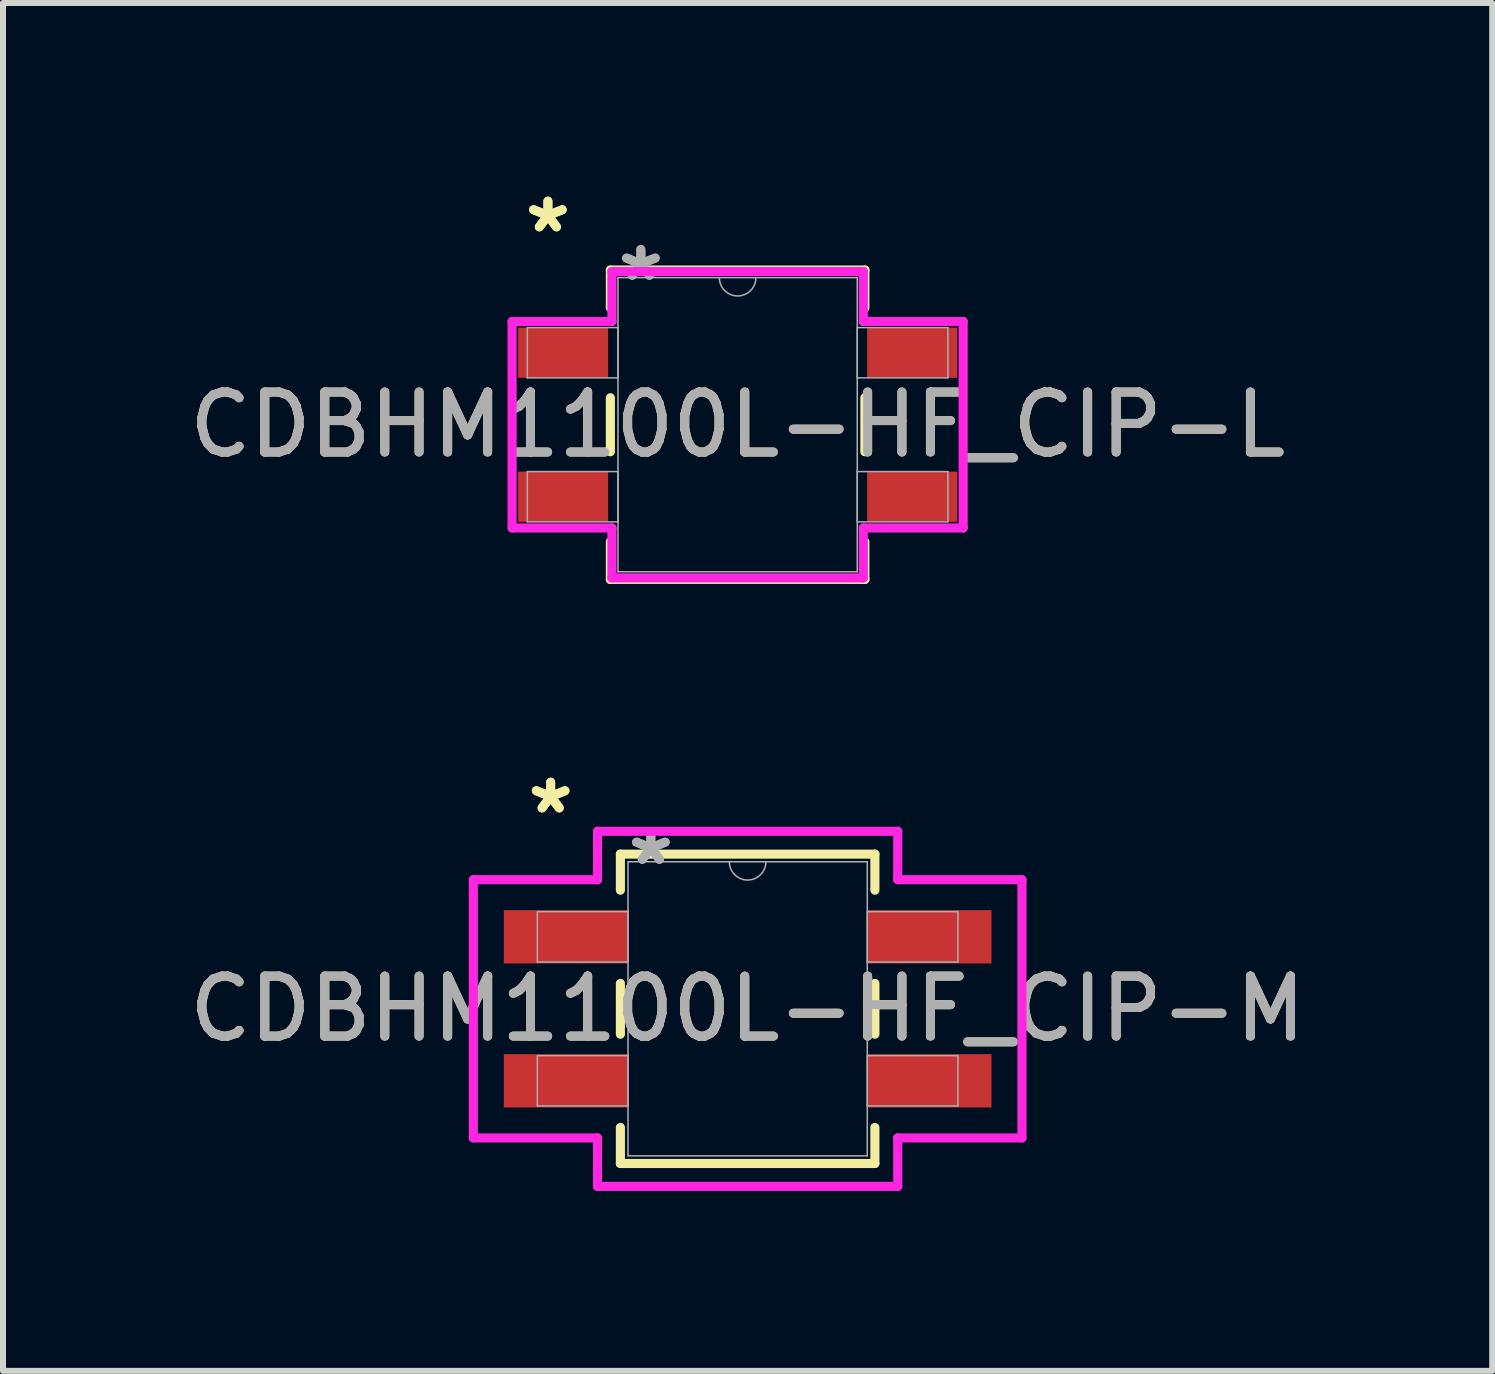
<source format=kicad_pcb>
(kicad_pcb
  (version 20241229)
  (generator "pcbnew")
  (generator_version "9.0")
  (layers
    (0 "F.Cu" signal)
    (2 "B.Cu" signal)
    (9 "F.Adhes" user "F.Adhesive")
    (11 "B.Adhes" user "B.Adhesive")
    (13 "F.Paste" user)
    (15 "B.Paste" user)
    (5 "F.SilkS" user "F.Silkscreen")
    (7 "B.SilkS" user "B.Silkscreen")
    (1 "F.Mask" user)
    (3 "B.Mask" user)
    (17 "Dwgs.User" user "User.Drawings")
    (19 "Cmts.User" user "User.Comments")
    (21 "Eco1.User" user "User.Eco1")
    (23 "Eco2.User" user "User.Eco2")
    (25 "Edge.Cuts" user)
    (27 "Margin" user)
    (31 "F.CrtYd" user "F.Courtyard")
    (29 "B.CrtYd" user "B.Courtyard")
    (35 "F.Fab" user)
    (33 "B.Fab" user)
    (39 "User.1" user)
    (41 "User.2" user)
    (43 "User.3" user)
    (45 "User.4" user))
  (footprint "CDBHM1100L-HF_CIP-L"
    (layer "F.Cu")
    (at 9.244 4.029)
    (property "Reference" "CDBHM1100L-HF_CIP-L" (at 0 0 0) (unlocked yes) (layer "F.SilkS") (effects (font (size 1 1) (thickness 0.15))))
    (attr smd)
    (fp_line (start -2.121 -2.578) (end -2.121 -1.95) (stroke (width 0.152) (type solid)) (layer "F.SilkS"))
    (fp_line (start -2.121 -0.45) (end -2.121 0.45) (stroke (width 0.152) (type solid)) (layer "F.SilkS"))
    (fp_line (start -2.121 1.95) (end -2.121 2.578) (stroke (width 0.152) (type solid)) (layer "F.SilkS"))
    (fp_line (start -2.121 2.578) (end 2.121 2.578) (stroke (width 0.152) (type solid)) (layer "F.SilkS"))
    (fp_line (start 2.121 -2.578) (end -2.121 -2.578) (stroke (width 0.152) (type solid)) (layer "F.SilkS"))
    (fp_line (start 2.121 -1.95) (end 2.121 -2.578) (stroke (width 0.152) (type solid)) (layer "F.SilkS"))
    (fp_line (start 2.121 0.45) (end 2.121 -0.45) (stroke (width 0.152) (type solid)) (layer "F.SilkS"))
    (fp_line (start 2.121 2.578) (end 2.121 1.95) (stroke (width 0.152) (type solid)) (layer "F.SilkS"))
    (fp_line (start -3.759 -1.721) (end -2.095 -1.721) (stroke (width 0.152) (type solid)) (layer "F.CrtYd"))
    (fp_line (start -3.759 1.721) (end -3.759 -1.721) (stroke (width 0.152) (type solid)) (layer "F.CrtYd"))
    (fp_line (start -3.759 1.721) (end -2.095 1.721) (stroke (width 0.152) (type solid)) (layer "F.CrtYd"))
    (fp_line (start -2.095 -2.553) (end 2.095 -2.553) (stroke (width 0.152) (type solid)) (layer "F.CrtYd"))
    (fp_line (start -2.095 -1.721) (end -2.095 -2.553) (stroke (width 0.152) (type solid)) (layer "F.CrtYd"))
    (fp_line (start -2.095 2.553) (end -2.095 1.721) (stroke (width 0.152) (type solid)) (layer "F.CrtYd"))
    (fp_line (start 2.095 -2.553) (end 2.095 -1.721) (stroke (width 0.152) (type solid)) (layer "F.CrtYd"))
    (fp_line (start 2.095 1.721) (end 2.095 2.553) (stroke (width 0.152) (type solid)) (layer "F.CrtYd"))
    (fp_line (start 2.095 2.553) (end -2.095 2.553) (stroke (width 0.152) (type solid)) (layer "F.CrtYd"))
    (fp_line (start 3.759 -1.721) (end 2.095 -1.721) (stroke (width 0.152) (type solid)) (layer "F.CrtYd"))
    (fp_line (start 3.759 -1.721) (end 3.759 1.721) (stroke (width 0.152) (type solid)) (layer "F.CrtYd"))
    (fp_line (start 3.759 1.721) (end 2.095 1.721) (stroke (width 0.152) (type solid)) (layer "F.CrtYd"))
    (fp_line (start -3.505 -1.619) (end -3.505 -0.781) (stroke (width 0.025) (type solid)) (layer "F.Fab"))
    (fp_line (start -3.505 -0.781) (end -1.994 -0.781) (stroke (width 0.025) (type solid)) (layer "F.Fab"))
    (fp_line (start -3.505 0.781) (end -3.505 1.619) (stroke (width 0.025) (type solid)) (layer "F.Fab"))
    (fp_line (start -3.505 1.619) (end -1.994 1.619) (stroke (width 0.025) (type solid)) (layer "F.Fab"))
    (fp_line (start -1.994 -2.451) (end -1.994 2.451) (stroke (width 0.025) (type solid)) (layer "F.Fab"))
    (fp_line (start -1.994 -1.619) (end -3.505 -1.619) (stroke (width 0.025) (type solid)) (layer "F.Fab"))
    (fp_line (start -1.994 -0.781) (end -1.994 -1.619) (stroke (width 0.025) (type solid)) (layer "F.Fab"))
    (fp_line (start -1.994 0.781) (end -3.505 0.781) (stroke (width 0.025) (type solid)) (layer "F.Fab"))
    (fp_line (start -1.994 1.619) (end -1.994 0.781) (stroke (width 0.025) (type solid)) (layer "F.Fab"))
    (fp_line (start -1.994 2.451) (end 1.994 2.451) (stroke (width 0.025) (type solid)) (layer "F.Fab"))
    (fp_line (start 1.994 -2.451) (end -1.994 -2.451) (stroke (width 0.025) (type solid)) (layer "F.Fab"))
    (fp_line (start 1.994 -1.619) (end 1.994 -0.781) (stroke (width 0.025) (type solid)) (layer "F.Fab"))
    (fp_line (start 1.994 -0.781) (end 3.505 -0.781) (stroke (width 0.025) (type solid)) (layer "F.Fab"))
    (fp_line (start 1.994 0.781) (end 1.994 1.619) (stroke (width 0.025) (type solid)) (layer "F.Fab"))
    (fp_line (start 1.994 1.619) (end 3.505 1.619) (stroke (width 0.025) (type solid)) (layer "F.Fab"))
    (fp_line (start 1.994 2.451) (end 1.994 -2.451) (stroke (width 0.025) (type solid)) (layer "F.Fab"))
    (fp_line (start 3.505 -1.619) (end 1.994 -1.619) (stroke (width 0.025) (type solid)) (layer "F.Fab"))
    (fp_line (start 3.505 -0.781) (end 3.505 -1.619) (stroke (width 0.025) (type solid)) (layer "F.Fab"))
    (fp_line (start 3.505 0.781) (end 1.994 0.781) (stroke (width 0.025) (type solid)) (layer "F.Fab"))
    (fp_line (start 3.505 1.619) (end 3.505 0.781) (stroke (width 0.025) (type solid)) (layer "F.Fab"))
    (fp_arc (start 0.3048 -2.4511) (mid 0 -2.1463) (end -0.3048 -2.4511) (stroke (width 0.0254) (type solid)) (layer "F.Fab"))
    (fp_text user "*" (at -3.162 -3.181 0) (unlocked yes) (layer "F.SilkS") (effects (font (size 1 1) (thickness 0.15))))
    (fp_text user "*" (at -3.162 -3.181 0) (layer "F.SilkS") (effects (font (size 1 1) (thickness 0.15))))
    (fp_text user "*" (at -1.613 -2.375 0) (unlocked yes) (layer "F.Fab") (effects (font (size 1 1) (thickness 0.15))))
    (fp_text user "${REFERENCE}" (at 0 0 0) (unlocked yes) (layer "F.Fab") (effects (font (size 1 1) (thickness 0.15))))
    (fp_text user "*" (at -1.613 -2.375 0) (layer "F.Fab") (effects (font (size 1 1) (thickness 0.15))))
    (pad "1" smd rect (at -2.908 -1.2) (size 1.499 0.838) (layers "F.Cu" "F.Mask" "F.Paste"))
    (pad "2" smd rect (at -2.908 1.2) (size 1.499 0.838) (layers "F.Cu" "F.Mask" "F.Paste"))
    (pad "3" smd rect (at 2.908 1.2) (size 1.499 0.838) (layers "F.Cu" "F.Mask" "F.Paste"))
    (pad "4" smd rect (at 2.908 -1.2) (size 1.499 0.838) (layers "F.Cu" "F.Mask" "F.Paste")))
  (footprint "CDBHM1100L-HF_CIP-M"
    (layer "F.Cu")
    (at 9.411 13.764)
    (property "Reference" "CDBHM1100L-HF_CIP-M" (at 0 0 0) (unlocked yes) (layer "F.SilkS") (effects (font (size 1 1) (thickness 0.15))))
    (attr smd)
    (fp_line (start -2.121 -2.578) (end -2.121 -1.977) (stroke (width 0.152) (type solid)) (layer "F.SilkS"))
    (fp_line (start -2.121 -0.423) (end -2.121 0.423) (stroke (width 0.152) (type solid)) (layer "F.SilkS"))
    (fp_line (start -2.121 1.977) (end -2.121 2.578) (stroke (width 0.152) (type solid)) (layer "F.SilkS"))
    (fp_line (start -2.121 2.578) (end 2.121 2.578) (stroke (width 0.152) (type solid)) (layer "F.SilkS"))
    (fp_line (start 2.121 -2.578) (end -2.121 -2.578) (stroke (width 0.152) (type solid)) (layer "F.SilkS"))
    (fp_line (start 2.121 -1.977) (end 2.121 -2.578) (stroke (width 0.152) (type solid)) (layer "F.SilkS"))
    (fp_line (start 2.121 0.423) (end 2.121 -0.423) (stroke (width 0.152) (type solid)) (layer "F.SilkS"))
    (fp_line (start 2.121 2.578) (end 2.121 1.977) (stroke (width 0.152) (type solid)) (layer "F.SilkS"))
    (fp_line (start -4.572 -2.152) (end -2.502 -2.152) (stroke (width 0.152) (type solid)) (layer "F.CrtYd"))
    (fp_line (start -4.572 2.152) (end -4.572 -2.152) (stroke (width 0.152) (type solid)) (layer "F.CrtYd"))
    (fp_line (start -4.572 2.152) (end -2.502 2.152) (stroke (width 0.152) (type solid)) (layer "F.CrtYd"))
    (fp_line (start -2.502 -2.959) (end 2.502 -2.959) (stroke (width 0.152) (type solid)) (layer "F.CrtYd"))
    (fp_line (start -2.502 -2.152) (end -2.502 -2.959) (stroke (width 0.152) (type solid)) (layer "F.CrtYd"))
    (fp_line (start -2.502 2.959) (end -2.502 2.152) (stroke (width 0.152) (type solid)) (layer "F.CrtYd"))
    (fp_line (start 2.502 -2.959) (end 2.502 -2.152) (stroke (width 0.152) (type solid)) (layer "F.CrtYd"))
    (fp_line (start 2.502 2.152) (end 2.502 2.959) (stroke (width 0.152) (type solid)) (layer "F.CrtYd"))
    (fp_line (start 2.502 2.959) (end -2.502 2.959) (stroke (width 0.152) (type solid)) (layer "F.CrtYd"))
    (fp_line (start 4.572 -2.152) (end 2.502 -2.152) (stroke (width 0.152) (type solid)) (layer "F.CrtYd"))
    (fp_line (start 4.572 -2.152) (end 4.572 2.152) (stroke (width 0.152) (type solid)) (layer "F.CrtYd"))
    (fp_line (start 4.572 2.152) (end 2.502 2.152) (stroke (width 0.152) (type solid)) (layer "F.CrtYd"))
    (fp_line (start -3.505 -1.619) (end -3.505 -0.781) (stroke (width 0.025) (type solid)) (layer "F.Fab"))
    (fp_line (start -3.505 -0.781) (end -1.994 -0.781) (stroke (width 0.025) (type solid)) (layer "F.Fab"))
    (fp_line (start -3.505 0.781) (end -3.505 1.619) (stroke (width 0.025) (type solid)) (layer "F.Fab"))
    (fp_line (start -3.505 1.619) (end -1.994 1.619) (stroke (width 0.025) (type solid)) (layer "F.Fab"))
    (fp_line (start -1.994 -2.451) (end -1.994 2.451) (stroke (width 0.025) (type solid)) (layer "F.Fab"))
    (fp_line (start -1.994 -1.619) (end -3.505 -1.619) (stroke (width 0.025) (type solid)) (layer "F.Fab"))
    (fp_line (start -1.994 -0.781) (end -1.994 -1.619) (stroke (width 0.025) (type solid)) (layer "F.Fab"))
    (fp_line (start -1.994 0.781) (end -3.505 0.781) (stroke (width 0.025) (type solid)) (layer "F.Fab"))
    (fp_line (start -1.994 1.619) (end -1.994 0.781) (stroke (width 0.025) (type solid)) (layer "F.Fab"))
    (fp_line (start -1.994 2.451) (end 1.994 2.451) (stroke (width 0.025) (type solid)) (layer "F.Fab"))
    (fp_line (start 1.994 -2.451) (end -1.994 -2.451) (stroke (width 0.025) (type solid)) (layer "F.Fab"))
    (fp_line (start 1.994 -1.619) (end 1.994 -0.781) (stroke (width 0.025) (type solid)) (layer "F.Fab"))
    (fp_line (start 1.994 -0.781) (end 3.505 -0.781) (stroke (width 0.025) (type solid)) (layer "F.Fab"))
    (fp_line (start 1.994 0.781) (end 1.994 1.619) (stroke (width 0.025) (type solid)) (layer "F.Fab"))
    (fp_line (start 1.994 1.619) (end 3.505 1.619) (stroke (width 0.025) (type solid)) (layer "F.Fab"))
    (fp_line (start 1.994 2.451) (end 1.994 -2.451) (stroke (width 0.025) (type solid)) (layer "F.Fab"))
    (fp_line (start 3.505 -1.619) (end 1.994 -1.619) (stroke (width 0.025) (type solid)) (layer "F.Fab"))
    (fp_line (start 3.505 -0.781) (end 3.505 -1.619) (stroke (width 0.025) (type solid)) (layer "F.Fab"))
    (fp_line (start 3.505 0.781) (end 1.994 0.781) (stroke (width 0.025) (type solid)) (layer "F.Fab"))
    (fp_line (start 3.505 1.619) (end 3.505 0.781) (stroke (width 0.025) (type solid)) (layer "F.Fab"))
    (fp_arc (start 0.3048 -2.4511) (mid 0 -2.1463) (end -0.3048 -2.4511) (stroke (width 0.0254) (type solid)) (layer "F.Fab"))
    (fp_text user "*" (at -3.283 -3.232 0) (layer "F.SilkS") (effects (font (size 1 1) (thickness 0.15))))
    (fp_text user "*" (at -3.283 -3.232 0) (unlocked yes) (layer "F.SilkS") (effects (font (size 1 1) (thickness 0.15))))
    (fp_text user "*" (at -1.613 -2.375 0) (layer "F.Fab") (effects (font (size 1 1) (thickness 0.15))))
    (fp_text user "${REFERENCE}" (at 0 0 0) (unlocked yes) (layer "F.Fab") (effects (font (size 1 1) (thickness 0.15))))
    (fp_text user "*" (at -1.613 -2.375 0) (unlocked yes) (layer "F.Fab") (effects (font (size 1 1) (thickness 0.15))))
    (pad "1" smd rect (at -3.029 -1.2) (size 2.07 0.889) (layers "F.Cu" "F.Mask" "F.Paste"))
    (pad "2" smd rect (at -3.029 1.2) (size 2.07 0.889) (layers "F.Cu" "F.Mask" "F.Paste"))
    (pad "3" smd rect (at 3.029 1.2) (size 2.07 0.889) (layers "F.Cu" "F.Mask" "F.Paste"))
    (pad "4" smd rect (at 3.029 -1.2) (size 2.07 0.889) (layers "F.Cu" "F.Mask" "F.Paste")))
  (gr_rect
    (start -3 -3)
    (end 21.821 19.799)
    (stroke (width 0.1) (type default))
    (fill no)
    (layer "Edge.Cuts")))
</source>
